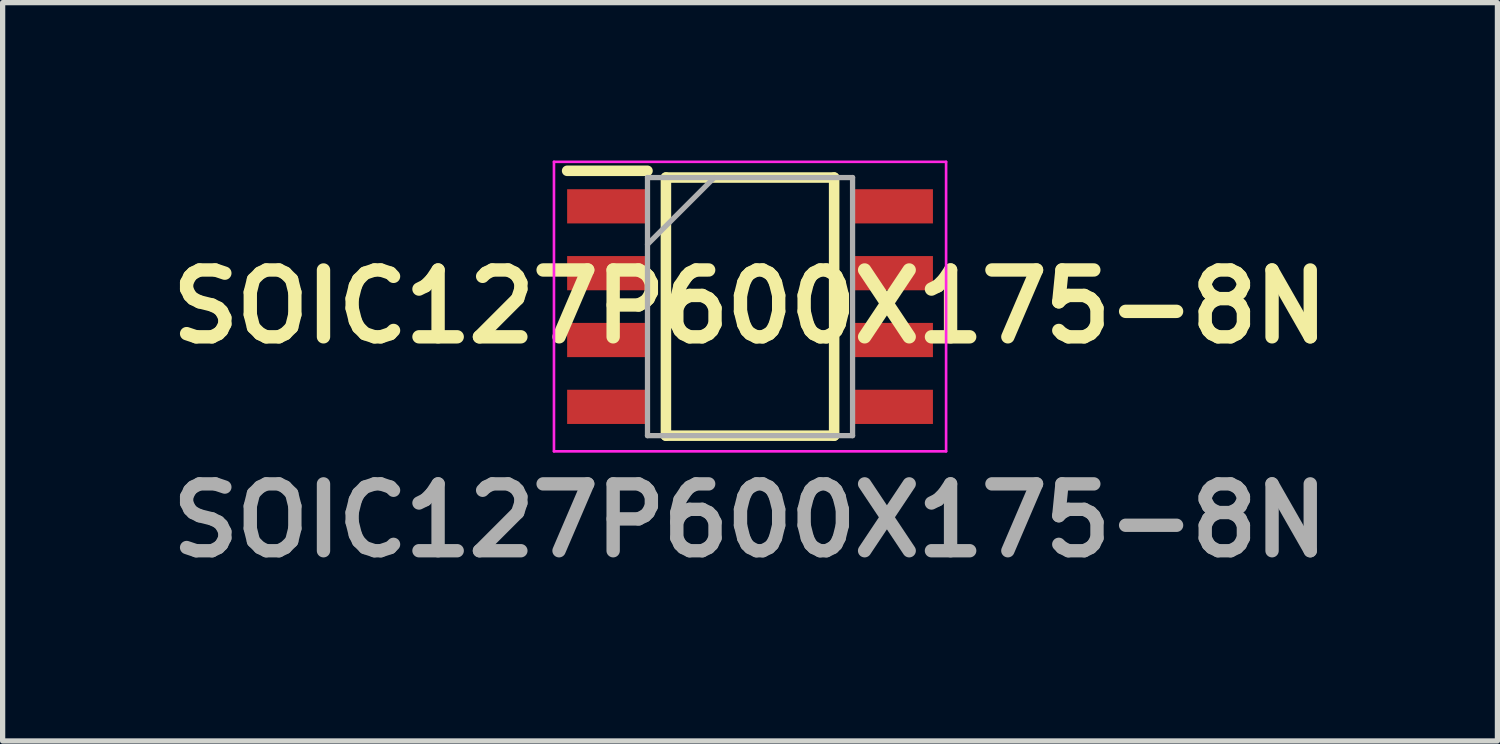
<source format=kicad_pcb>
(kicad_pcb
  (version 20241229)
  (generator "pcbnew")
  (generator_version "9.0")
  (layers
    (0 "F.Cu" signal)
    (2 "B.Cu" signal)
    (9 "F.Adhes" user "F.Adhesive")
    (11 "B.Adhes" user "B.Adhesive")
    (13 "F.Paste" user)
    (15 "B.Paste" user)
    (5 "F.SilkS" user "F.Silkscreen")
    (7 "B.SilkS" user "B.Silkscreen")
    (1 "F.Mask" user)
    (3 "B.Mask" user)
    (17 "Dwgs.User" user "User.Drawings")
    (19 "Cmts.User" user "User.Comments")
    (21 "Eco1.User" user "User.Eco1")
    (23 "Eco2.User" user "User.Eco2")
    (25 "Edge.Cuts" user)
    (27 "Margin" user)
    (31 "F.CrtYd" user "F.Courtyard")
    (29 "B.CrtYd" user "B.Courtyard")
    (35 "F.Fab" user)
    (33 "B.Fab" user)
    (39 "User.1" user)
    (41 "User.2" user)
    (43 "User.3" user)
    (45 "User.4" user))
  (footprint "SOIC127P600X175-8N"
    (layer "F.Cu")
    (at 11.2 2.775)
    (property "Reference" "SOIC127P600X175-8N" (at 0 0 0) (layer "F.SilkS") (effects (font (size 1.27 1.27) (thickness 0.254))))
    (attr smd)
    (fp_line (start -3.475 -2.58) (end -1.948 -2.58) (stroke (width 0.2) (type solid)) (layer "F.SilkS"))
    (fp_line (start -1.598 -2.452) (end 1.598 -2.452) (stroke (width 0.2) (type solid)) (layer "F.SilkS"))
    (fp_line (start -1.598 2.452) (end -1.598 -2.452) (stroke (width 0.2) (type solid)) (layer "F.SilkS"))
    (fp_line (start 1.598 -2.452) (end 1.598 2.452) (stroke (width 0.2) (type solid)) (layer "F.SilkS"))
    (fp_line (start 1.598 2.452) (end -1.598 2.452) (stroke (width 0.2) (type solid)) (layer "F.SilkS"))
    (fp_line (start -3.725 -2.75) (end 3.725 -2.75) (stroke (width 0.05) (type solid)) (layer "F.CrtYd"))
    (fp_line (start -3.725 2.75) (end -3.725 -2.75) (stroke (width 0.05) (type solid)) (layer "F.CrtYd"))
    (fp_line (start 3.725 -2.75) (end 3.725 2.75) (stroke (width 0.05) (type solid)) (layer "F.CrtYd"))
    (fp_line (start 3.725 2.75) (end -3.725 2.75) (stroke (width 0.05) (type solid)) (layer "F.CrtYd"))
    (fp_line (start -1.948 -2.452) (end 1.948 -2.452) (stroke (width 0.1) (type solid)) (layer "F.Fab"))
    (fp_line (start -1.948 -1.182) (end -0.678 -2.452) (stroke (width 0.1) (type solid)) (layer "F.Fab"))
    (fp_line (start -1.948 2.452) (end -1.948 -2.452) (stroke (width 0.1) (type solid)) (layer "F.Fab"))
    (fp_line (start 1.948 -2.452) (end 1.948 2.452) (stroke (width 0.1) (type solid)) (layer "F.Fab"))
    (fp_line (start 1.948 2.452) (end -1.948 2.452) (stroke (width 0.1) (type solid)) (layer "F.Fab"))
    (fp_text user "${REFERENCE}" (at 0 4.064 0) (layer "F.Fab") (effects (font (size 1.27 1.27) (thickness 0.254))))
    (pad "1" smd rect (at -2.711 -1.905 90) (size 0.65 1.528) (layers "F.Cu" "F.Mask" "F.Paste"))
    (pad "2" smd rect (at -2.711 -0.635 90) (size 0.65 1.528) (layers "F.Cu" "F.Mask" "F.Paste"))
    (pad "3" smd rect (at -2.711 0.635 90) (size 0.65 1.528) (layers "F.Cu" "F.Mask" "F.Paste"))
    (pad "4" smd rect (at -2.711 1.905 90) (size 0.65 1.528) (layers "F.Cu" "F.Mask" "F.Paste"))
    (pad "5" smd rect (at 2.711 1.905 90) (size 0.65 1.528) (layers "F.Cu" "F.Mask" "F.Paste"))
    (pad "6" smd rect (at 2.711 0.635 90) (size 0.65 1.528) (layers "F.Cu" "F.Mask" "F.Paste"))
    (pad "7" smd rect (at 2.711 -0.635 90) (size 0.65 1.528) (layers "F.Cu" "F.Mask" "F.Paste"))
    (pad "8" smd rect (at 2.711 -1.905 90) (size 0.65 1.528) (layers "F.Cu" "F.Mask" "F.Paste")))
  (gr_rect
    (start -3 -3)
    (end 25.4 11.028)
    (stroke (width 0.1) (type default))
    (fill no)
    (layer "Edge.Cuts")))
</source>
